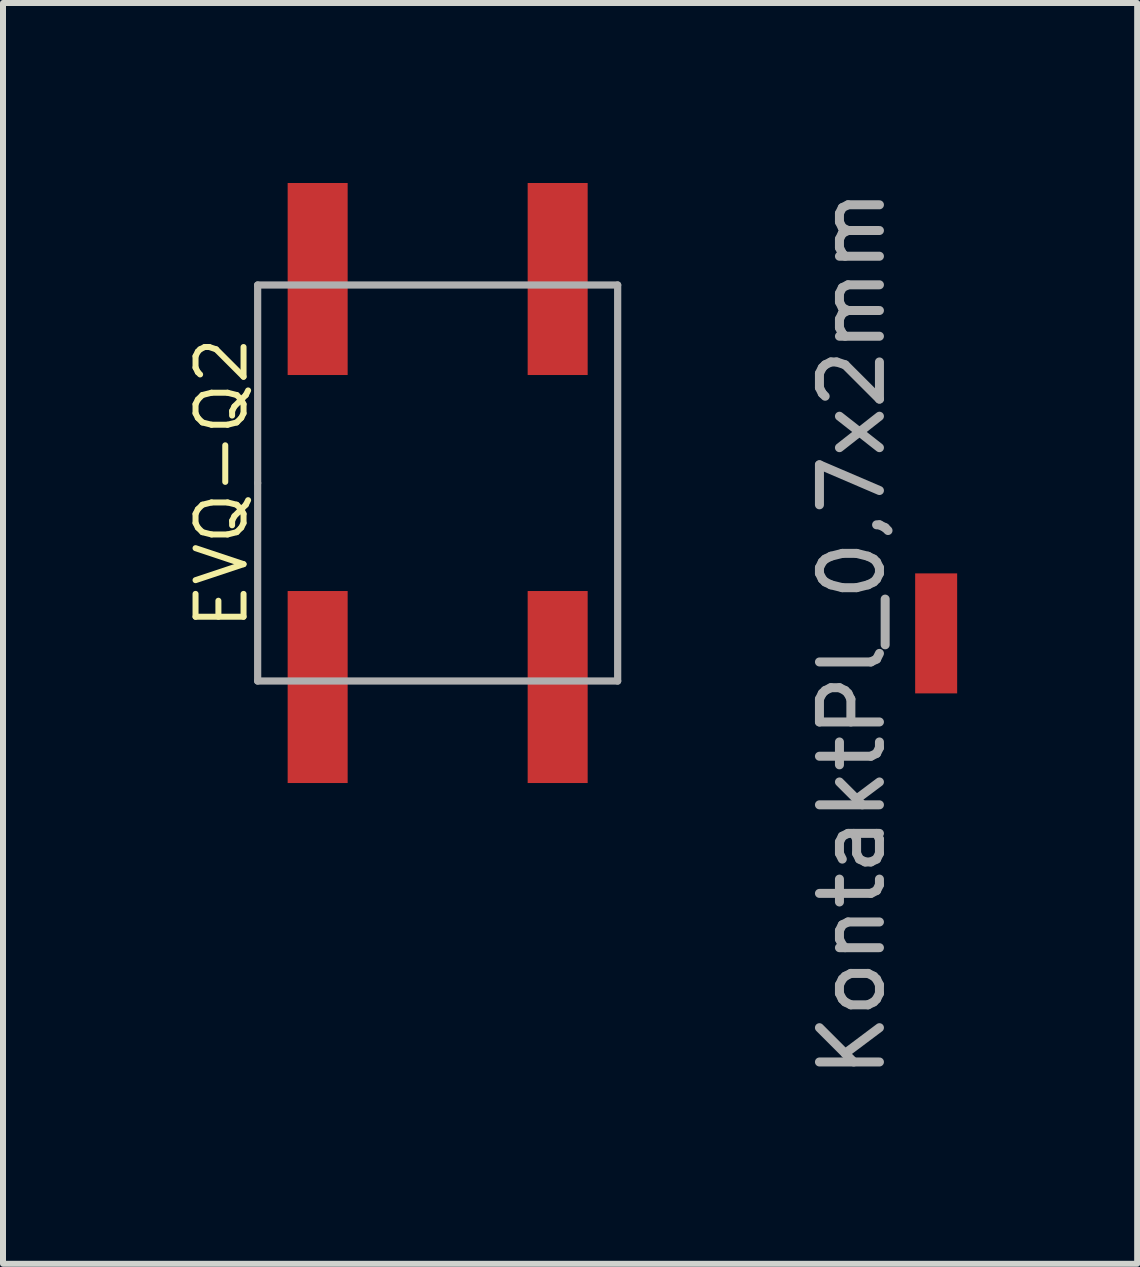
<source format=kicad_pcb>
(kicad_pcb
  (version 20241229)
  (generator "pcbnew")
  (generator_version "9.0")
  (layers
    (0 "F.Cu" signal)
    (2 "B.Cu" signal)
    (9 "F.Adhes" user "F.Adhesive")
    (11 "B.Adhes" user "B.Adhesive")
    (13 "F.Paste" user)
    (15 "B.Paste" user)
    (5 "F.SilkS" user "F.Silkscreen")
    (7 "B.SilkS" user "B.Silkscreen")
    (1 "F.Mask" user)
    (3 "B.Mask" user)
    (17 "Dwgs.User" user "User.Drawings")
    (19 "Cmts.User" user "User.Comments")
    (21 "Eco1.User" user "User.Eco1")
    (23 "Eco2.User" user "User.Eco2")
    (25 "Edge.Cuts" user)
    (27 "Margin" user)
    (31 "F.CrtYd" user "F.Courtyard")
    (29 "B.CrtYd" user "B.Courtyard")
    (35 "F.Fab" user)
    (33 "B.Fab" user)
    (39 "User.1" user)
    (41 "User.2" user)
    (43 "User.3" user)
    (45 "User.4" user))
  (footprint "EVQ-Q2"
    (layer "F.Cu")
    (at 4.244 5)
    (property "Reference" "EVQ-Q2" (at -3.6 0 90) (layer "F.SilkS") (effects (font (size 0.8 0.8) (thickness 0.1))))
    (attr smd)
    (fp_line (start -3 -3.3) (end 3 -3.3) (stroke (width 0.12) (type solid)) (layer "F.Fab"))
    (fp_line (start -3 0) (end -3 -3.3) (stroke (width 0.12) (type solid)) (layer "F.Fab"))
    (fp_line (start -3 3.3) (end -3 0) (stroke (width 0.12) (type solid)) (layer "F.Fab"))
    (fp_line (start 3 -3.3) (end 3 3.3) (stroke (width 0.12) (type solid)) (layer "F.Fab"))
    (fp_line (start 3 3.3) (end -3 3.3) (stroke (width 0.12) (type solid)) (layer "F.Fab"))
    (pad "1" smd rect (at -2 -3.4) (size 1 3.2) (layers "F.Cu" "F.Mask" "F.Paste"))
    (pad "1" smd rect (at -2 3.4) (size 1 3.2) (layers "F.Cu" "F.Mask" "F.Paste"))
    (pad "2" smd rect (at 2 -3.4) (size 1 3.2) (layers "F.Cu" "F.Mask" "F.Paste"))
    (pad "2" smd rect (at 2 3.4) (size 1 3.2) (layers "F.Cu" "F.Mask" "F.Paste")))
  (footprint "KontaktPl_0,7x2mm"
    (layer "F.Cu")
    (at 12.552 7.506)
    (property "Reference" "KontaktPl_0,7x2mm" (at -1.4 0 90) (layer "F.Fab") (effects (font (size 1 1) (thickness 0.15))))
    (attr smd)
    (pad "1" smd rect (at 0 0) (size 0.7 2) (layers "F.Cu" "F.Mask" "F.Paste")))
  (gr_rect
    (start -3 -3)
    (end 15.902 18.012)
    (stroke (width 0.1) (type default))
    (fill no)
    (layer "Edge.Cuts")))
</source>
